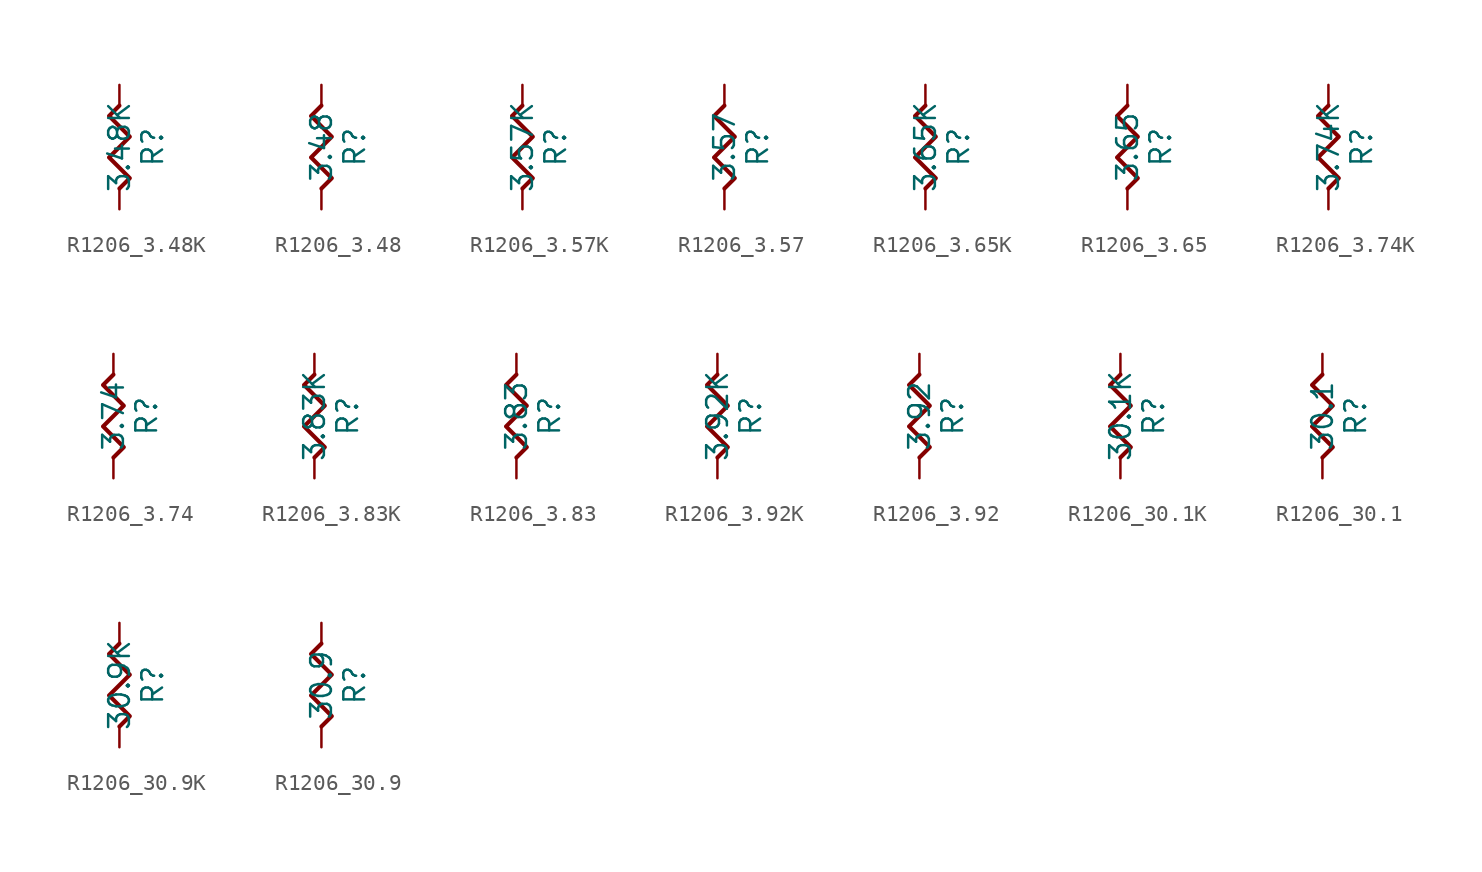
<source format=kicad_sym>
(kicad_symbol_lib
  (version 20211014)
  (generator atlantix-eda)
  (symbol "R1206_3.48K"
    (pin_numbers hide)
    (pin_names
      (offset 0))
    (property "Reference" "R"
      (at 2.032 0 90)
      (effects (font (size 1.27 1.27))))
    (property "Value" "3.48K"
      (at 0 0 90)
      (effects (font (size 1.27 1.27))))
    (symbol "R1206_3.48K_0_1"
      (polyline (pts (xy 0 -2.54) (xy 0.635 -1.905) (xy -0.635 -0.635) (xy 0.635 0.635) (xy -0.635 1.905) (xy 0 2.54)) (stroke (width 0.254) (type default) (color 0 0 0 0)) (fill (type none))))
    (symbol "R1206_3.48K_1_1"
      (pin passive line (at 0 3.81 270) (length 1.27) (name "~" (effects (font (size 1.27 1.27)))) (number "1" (effects (font (size 1.27 1.27)))))
      (pin passive line (at 0 -3.81 90) (length 1.27) (name "~" (effects (font (size 1.27 1.27)))) (number "2" (effects (font (size 1.27 1.27)))))))
  (symbol "R1206_3.48"
    (pin_numbers hide)
    (pin_names
      (offset 0))
    (property "Reference" "R"
      (at 2.032 0 90)
      (effects (font (size 1.27 1.27))))
    (property "Value" "3.48"
      (at 0 0 90)
      (effects (font (size 1.27 1.27))))
    (symbol "R1206_3.48_0_1"
      (polyline (pts (xy 0 -2.54) (xy 0.635 -1.905) (xy -0.635 -0.635) (xy 0.635 0.635) (xy -0.635 1.905) (xy 0 2.54)) (stroke (width 0.254) (type default) (color 0 0 0 0)) (fill (type none))))
    (symbol "R1206_3.48_1_1"
      (pin passive line (at 0 3.81 270) (length 1.27) (name "~" (effects (font (size 1.27 1.27)))) (number "1" (effects (font (size 1.27 1.27)))))
      (pin passive line (at 0 -3.81 90) (length 1.27) (name "~" (effects (font (size 1.27 1.27)))) (number "2" (effects (font (size 1.27 1.27)))))))
  (symbol "R1206_3.57K"
    (pin_numbers hide)
    (pin_names
      (offset 0))
    (property "Reference" "R"
      (at 2.032 0 90)
      (effects (font (size 1.27 1.27))))
    (property "Value" "3.57K"
      (at 0 0 90)
      (effects (font (size 1.27 1.27))))
    (symbol "R1206_3.57K_0_1"
      (polyline (pts (xy 0 -2.54) (xy 0.635 -1.905) (xy -0.635 -0.635) (xy 0.635 0.635) (xy -0.635 1.905) (xy 0 2.54)) (stroke (width 0.254) (type default) (color 0 0 0 0)) (fill (type none))))
    (symbol "R1206_3.57K_1_1"
      (pin passive line (at 0 3.81 270) (length 1.27) (name "~" (effects (font (size 1.27 1.27)))) (number "1" (effects (font (size 1.27 1.27)))))
      (pin passive line (at 0 -3.81 90) (length 1.27) (name "~" (effects (font (size 1.27 1.27)))) (number "2" (effects (font (size 1.27 1.27)))))))
  (symbol "R1206_3.57"
    (pin_numbers hide)
    (pin_names
      (offset 0))
    (property "Reference" "R"
      (at 2.032 0 90)
      (effects (font (size 1.27 1.27))))
    (property "Value" "3.57"
      (at 0 0 90)
      (effects (font (size 1.27 1.27))))
    (symbol "R1206_3.57_0_1"
      (polyline (pts (xy 0 -2.54) (xy 0.635 -1.905) (xy -0.635 -0.635) (xy 0.635 0.635) (xy -0.635 1.905) (xy 0 2.54)) (stroke (width 0.254) (type default) (color 0 0 0 0)) (fill (type none))))
    (symbol "R1206_3.57_1_1"
      (pin passive line (at 0 3.81 270) (length 1.27) (name "~" (effects (font (size 1.27 1.27)))) (number "1" (effects (font (size 1.27 1.27)))))
      (pin passive line (at 0 -3.81 90) (length 1.27) (name "~" (effects (font (size 1.27 1.27)))) (number "2" (effects (font (size 1.27 1.27)))))))
  (symbol "R1206_3.65K"
    (pin_numbers hide)
    (pin_names
      (offset 0))
    (property "Reference" "R"
      (at 2.032 0 90)
      (effects (font (size 1.27 1.27))))
    (property "Value" "3.65K"
      (at 0 0 90)
      (effects (font (size 1.27 1.27))))
    (symbol "R1206_3.65K_0_1"
      (polyline (pts (xy 0 -2.54) (xy 0.635 -1.905) (xy -0.635 -0.635) (xy 0.635 0.635) (xy -0.635 1.905) (xy 0 2.54)) (stroke (width 0.254) (type default) (color 0 0 0 0)) (fill (type none))))
    (symbol "R1206_3.65K_1_1"
      (pin passive line (at 0 3.81 270) (length 1.27) (name "~" (effects (font (size 1.27 1.27)))) (number "1" (effects (font (size 1.27 1.27)))))
      (pin passive line (at 0 -3.81 90) (length 1.27) (name "~" (effects (font (size 1.27 1.27)))) (number "2" (effects (font (size 1.27 1.27)))))))
  (symbol "R1206_3.65"
    (pin_numbers hide)
    (pin_names
      (offset 0))
    (property "Reference" "R"
      (at 2.032 0 90)
      (effects (font (size 1.27 1.27))))
    (property "Value" "3.65"
      (at 0 0 90)
      (effects (font (size 1.27 1.27))))
    (symbol "R1206_3.65_0_1"
      (polyline (pts (xy 0 -2.54) (xy 0.635 -1.905) (xy -0.635 -0.635) (xy 0.635 0.635) (xy -0.635 1.905) (xy 0 2.54)) (stroke (width 0.254) (type default) (color 0 0 0 0)) (fill (type none))))
    (symbol "R1206_3.65_1_1"
      (pin passive line (at 0 3.81 270) (length 1.27) (name "~" (effects (font (size 1.27 1.27)))) (number "1" (effects (font (size 1.27 1.27)))))
      (pin passive line (at 0 -3.81 90) (length 1.27) (name "~" (effects (font (size 1.27 1.27)))) (number "2" (effects (font (size 1.27 1.27)))))))
  (symbol "R1206_3.74K"
    (pin_numbers hide)
    (pin_names
      (offset 0))
    (property "Reference" "R"
      (at 2.032 0 90)
      (effects (font (size 1.27 1.27))))
    (property "Value" "3.74K"
      (at 0 0 90)
      (effects (font (size 1.27 1.27))))
    (symbol "R1206_3.74K_0_1"
      (polyline (pts (xy 0 -2.54) (xy 0.635 -1.905) (xy -0.635 -0.635) (xy 0.635 0.635) (xy -0.635 1.905) (xy 0 2.54)) (stroke (width 0.254) (type default) (color 0 0 0 0)) (fill (type none))))
    (symbol "R1206_3.74K_1_1"
      (pin passive line (at 0 3.81 270) (length 1.27) (name "~" (effects (font (size 1.27 1.27)))) (number "1" (effects (font (size 1.27 1.27)))))
      (pin passive line (at 0 -3.81 90) (length 1.27) (name "~" (effects (font (size 1.27 1.27)))) (number "2" (effects (font (size 1.27 1.27)))))))
  (symbol "R1206_3.74"
    (pin_numbers hide)
    (pin_names
      (offset 0))
    (property "Reference" "R"
      (at 2.032 0 90)
      (effects (font (size 1.27 1.27))))
    (property "Value" "3.74"
      (at 0 0 90)
      (effects (font (size 1.27 1.27))))
    (symbol "R1206_3.74_0_1"
      (polyline (pts (xy 0 -2.54) (xy 0.635 -1.905) (xy -0.635 -0.635) (xy 0.635 0.635) (xy -0.635 1.905) (xy 0 2.54)) (stroke (width 0.254) (type default) (color 0 0 0 0)) (fill (type none))))
    (symbol "R1206_3.74_1_1"
      (pin passive line (at 0 3.81 270) (length 1.27) (name "~" (effects (font (size 1.27 1.27)))) (number "1" (effects (font (size 1.27 1.27)))))
      (pin passive line (at 0 -3.81 90) (length 1.27) (name "~" (effects (font (size 1.27 1.27)))) (number "2" (effects (font (size 1.27 1.27)))))))
  (symbol "R1206_3.83K"
    (pin_numbers hide)
    (pin_names
      (offset 0))
    (property "Reference" "R"
      (at 2.032 0 90)
      (effects (font (size 1.27 1.27))))
    (property "Value" "3.83K"
      (at 0 0 90)
      (effects (font (size 1.27 1.27))))
    (symbol "R1206_3.83K_0_1"
      (polyline (pts (xy 0 -2.54) (xy 0.635 -1.905) (xy -0.635 -0.635) (xy 0.635 0.635) (xy -0.635 1.905) (xy 0 2.54)) (stroke (width 0.254) (type default) (color 0 0 0 0)) (fill (type none))))
    (symbol "R1206_3.83K_1_1"
      (pin passive line (at 0 3.81 270) (length 1.27) (name "~" (effects (font (size 1.27 1.27)))) (number "1" (effects (font (size 1.27 1.27)))))
      (pin passive line (at 0 -3.81 90) (length 1.27) (name "~" (effects (font (size 1.27 1.27)))) (number "2" (effects (font (size 1.27 1.27)))))))
  (symbol "R1206_3.83"
    (pin_numbers hide)
    (pin_names
      (offset 0))
    (property "Reference" "R"
      (at 2.032 0 90)
      (effects (font (size 1.27 1.27))))
    (property "Value" "3.83"
      (at 0 0 90)
      (effects (font (size 1.27 1.27))))
    (symbol "R1206_3.83_0_1"
      (polyline (pts (xy 0 -2.54) (xy 0.635 -1.905) (xy -0.635 -0.635) (xy 0.635 0.635) (xy -0.635 1.905) (xy 0 2.54)) (stroke (width 0.254) (type default) (color 0 0 0 0)) (fill (type none))))
    (symbol "R1206_3.83_1_1"
      (pin passive line (at 0 3.81 270) (length 1.27) (name "~" (effects (font (size 1.27 1.27)))) (number "1" (effects (font (size 1.27 1.27)))))
      (pin passive line (at 0 -3.81 90) (length 1.27) (name "~" (effects (font (size 1.27 1.27)))) (number "2" (effects (font (size 1.27 1.27)))))))
  (symbol "R1206_3.92K"
    (pin_numbers hide)
    (pin_names
      (offset 0))
    (property "Reference" "R"
      (at 2.032 0 90)
      (effects (font (size 1.27 1.27))))
    (property "Value" "3.92K"
      (at 0 0 90)
      (effects (font (size 1.27 1.27))))
    (symbol "R1206_3.92K_0_1"
      (polyline (pts (xy 0 -2.54) (xy 0.635 -1.905) (xy -0.635 -0.635) (xy 0.635 0.635) (xy -0.635 1.905) (xy 0 2.54)) (stroke (width 0.254) (type default) (color 0 0 0 0)) (fill (type none))))
    (symbol "R1206_3.92K_1_1"
      (pin passive line (at 0 3.81 270) (length 1.27) (name "~" (effects (font (size 1.27 1.27)))) (number "1" (effects (font (size 1.27 1.27)))))
      (pin passive line (at 0 -3.81 90) (length 1.27) (name "~" (effects (font (size 1.27 1.27)))) (number "2" (effects (font (size 1.27 1.27)))))))
  (symbol "R1206_3.92"
    (pin_numbers hide)
    (pin_names
      (offset 0))
    (property "Reference" "R"
      (at 2.032 0 90)
      (effects (font (size 1.27 1.27))))
    (property "Value" "3.92"
      (at 0 0 90)
      (effects (font (size 1.27 1.27))))
    (symbol "R1206_3.92_0_1"
      (polyline (pts (xy 0 -2.54) (xy 0.635 -1.905) (xy -0.635 -0.635) (xy 0.635 0.635) (xy -0.635 1.905) (xy 0 2.54)) (stroke (width 0.254) (type default) (color 0 0 0 0)) (fill (type none))))
    (symbol "R1206_3.92_1_1"
      (pin passive line (at 0 3.81 270) (length 1.27) (name "~" (effects (font (size 1.27 1.27)))) (number "1" (effects (font (size 1.27 1.27)))))
      (pin passive line (at 0 -3.81 90) (length 1.27) (name "~" (effects (font (size 1.27 1.27)))) (number "2" (effects (font (size 1.27 1.27)))))))
  (symbol "R1206_30.1K"
    (pin_numbers hide)
    (pin_names
      (offset 0))
    (property "Reference" "R"
      (at 2.032 0 90)
      (effects (font (size 1.27 1.27))))
    (property "Value" "30.1K"
      (at 0 0 90)
      (effects (font (size 1.27 1.27))))
    (symbol "R1206_30.1K_0_1"
      (polyline (pts (xy 0 -2.54) (xy 0.635 -1.905) (xy -0.635 -0.635) (xy 0.635 0.635) (xy -0.635 1.905) (xy 0 2.54)) (stroke (width 0.254) (type default) (color 0 0 0 0)) (fill (type none))))
    (symbol "R1206_30.1K_1_1"
      (pin passive line (at 0 3.81 270) (length 1.27) (name "~" (effects (font (size 1.27 1.27)))) (number "1" (effects (font (size 1.27 1.27)))))
      (pin passive line (at 0 -3.81 90) (length 1.27) (name "~" (effects (font (size 1.27 1.27)))) (number "2" (effects (font (size 1.27 1.27)))))))
  (symbol "R1206_30.1"
    (pin_numbers hide)
    (pin_names
      (offset 0))
    (property "Reference" "R"
      (at 2.032 0 90)
      (effects (font (size 1.27 1.27))))
    (property "Value" "30.1"
      (at 0 0 90)
      (effects (font (size 1.27 1.27))))
    (symbol "R1206_30.1_0_1"
      (polyline (pts (xy 0 -2.54) (xy 0.635 -1.905) (xy -0.635 -0.635) (xy 0.635 0.635) (xy -0.635 1.905) (xy 0 2.54)) (stroke (width 0.254) (type default) (color 0 0 0 0)) (fill (type none))))
    (symbol "R1206_30.1_1_1"
      (pin passive line (at 0 3.81 270) (length 1.27) (name "~" (effects (font (size 1.27 1.27)))) (number "1" (effects (font (size 1.27 1.27)))))
      (pin passive line (at 0 -3.81 90) (length 1.27) (name "~" (effects (font (size 1.27 1.27)))) (number "2" (effects (font (size 1.27 1.27)))))))
  (symbol "R1206_30.9K"
    (pin_numbers hide)
    (pin_names
      (offset 0))
    (property "Reference" "R"
      (at 2.032 0 90)
      (effects (font (size 1.27 1.27))))
    (property "Value" "30.9K"
      (at 0 0 90)
      (effects (font (size 1.27 1.27))))
    (symbol "R1206_30.9K_0_1"
      (polyline (pts (xy 0 -2.54) (xy 0.635 -1.905) (xy -0.635 -0.635) (xy 0.635 0.635) (xy -0.635 1.905) (xy 0 2.54)) (stroke (width 0.254) (type default) (color 0 0 0 0)) (fill (type none))))
    (symbol "R1206_30.9K_1_1"
      (pin passive line (at 0 3.81 270) (length 1.27) (name "~" (effects (font (size 1.27 1.27)))) (number "1" (effects (font (size 1.27 1.27)))))
      (pin passive line (at 0 -3.81 90) (length 1.27) (name "~" (effects (font (size 1.27 1.27)))) (number "2" (effects (font (size 1.27 1.27)))))))
  (symbol "R1206_30.9"
    (pin_numbers hide)
    (pin_names
      (offset 0))
    (property "Reference" "R"
      (at 2.032 0 90)
      (effects (font (size 1.27 1.27))))
    (property "Value" "30.9"
      (at 0 0 90)
      (effects (font (size 1.27 1.27))))
    (symbol "R1206_30.9_0_1"
      (polyline (pts (xy 0 -2.54) (xy 0.635 -1.905) (xy -0.635 -0.635) (xy 0.635 0.635) (xy -0.635 1.905) (xy 0 2.54)) (stroke (width 0.254) (type default) (color 0 0 0 0)) (fill (type none))))
    (symbol "R1206_30.9_1_1"
      (pin passive line (at 0 3.81 270) (length 1.27) (name "~" (effects (font (size 1.27 1.27)))) (number "1" (effects (font (size 1.27 1.27)))))
      (pin passive line (at 0 -3.81 90) (length 1.27) (name "~" (effects (font (size 1.27 1.27)))) (number "2" (effects (font (size 1.27 1.27))))))))
</source>
